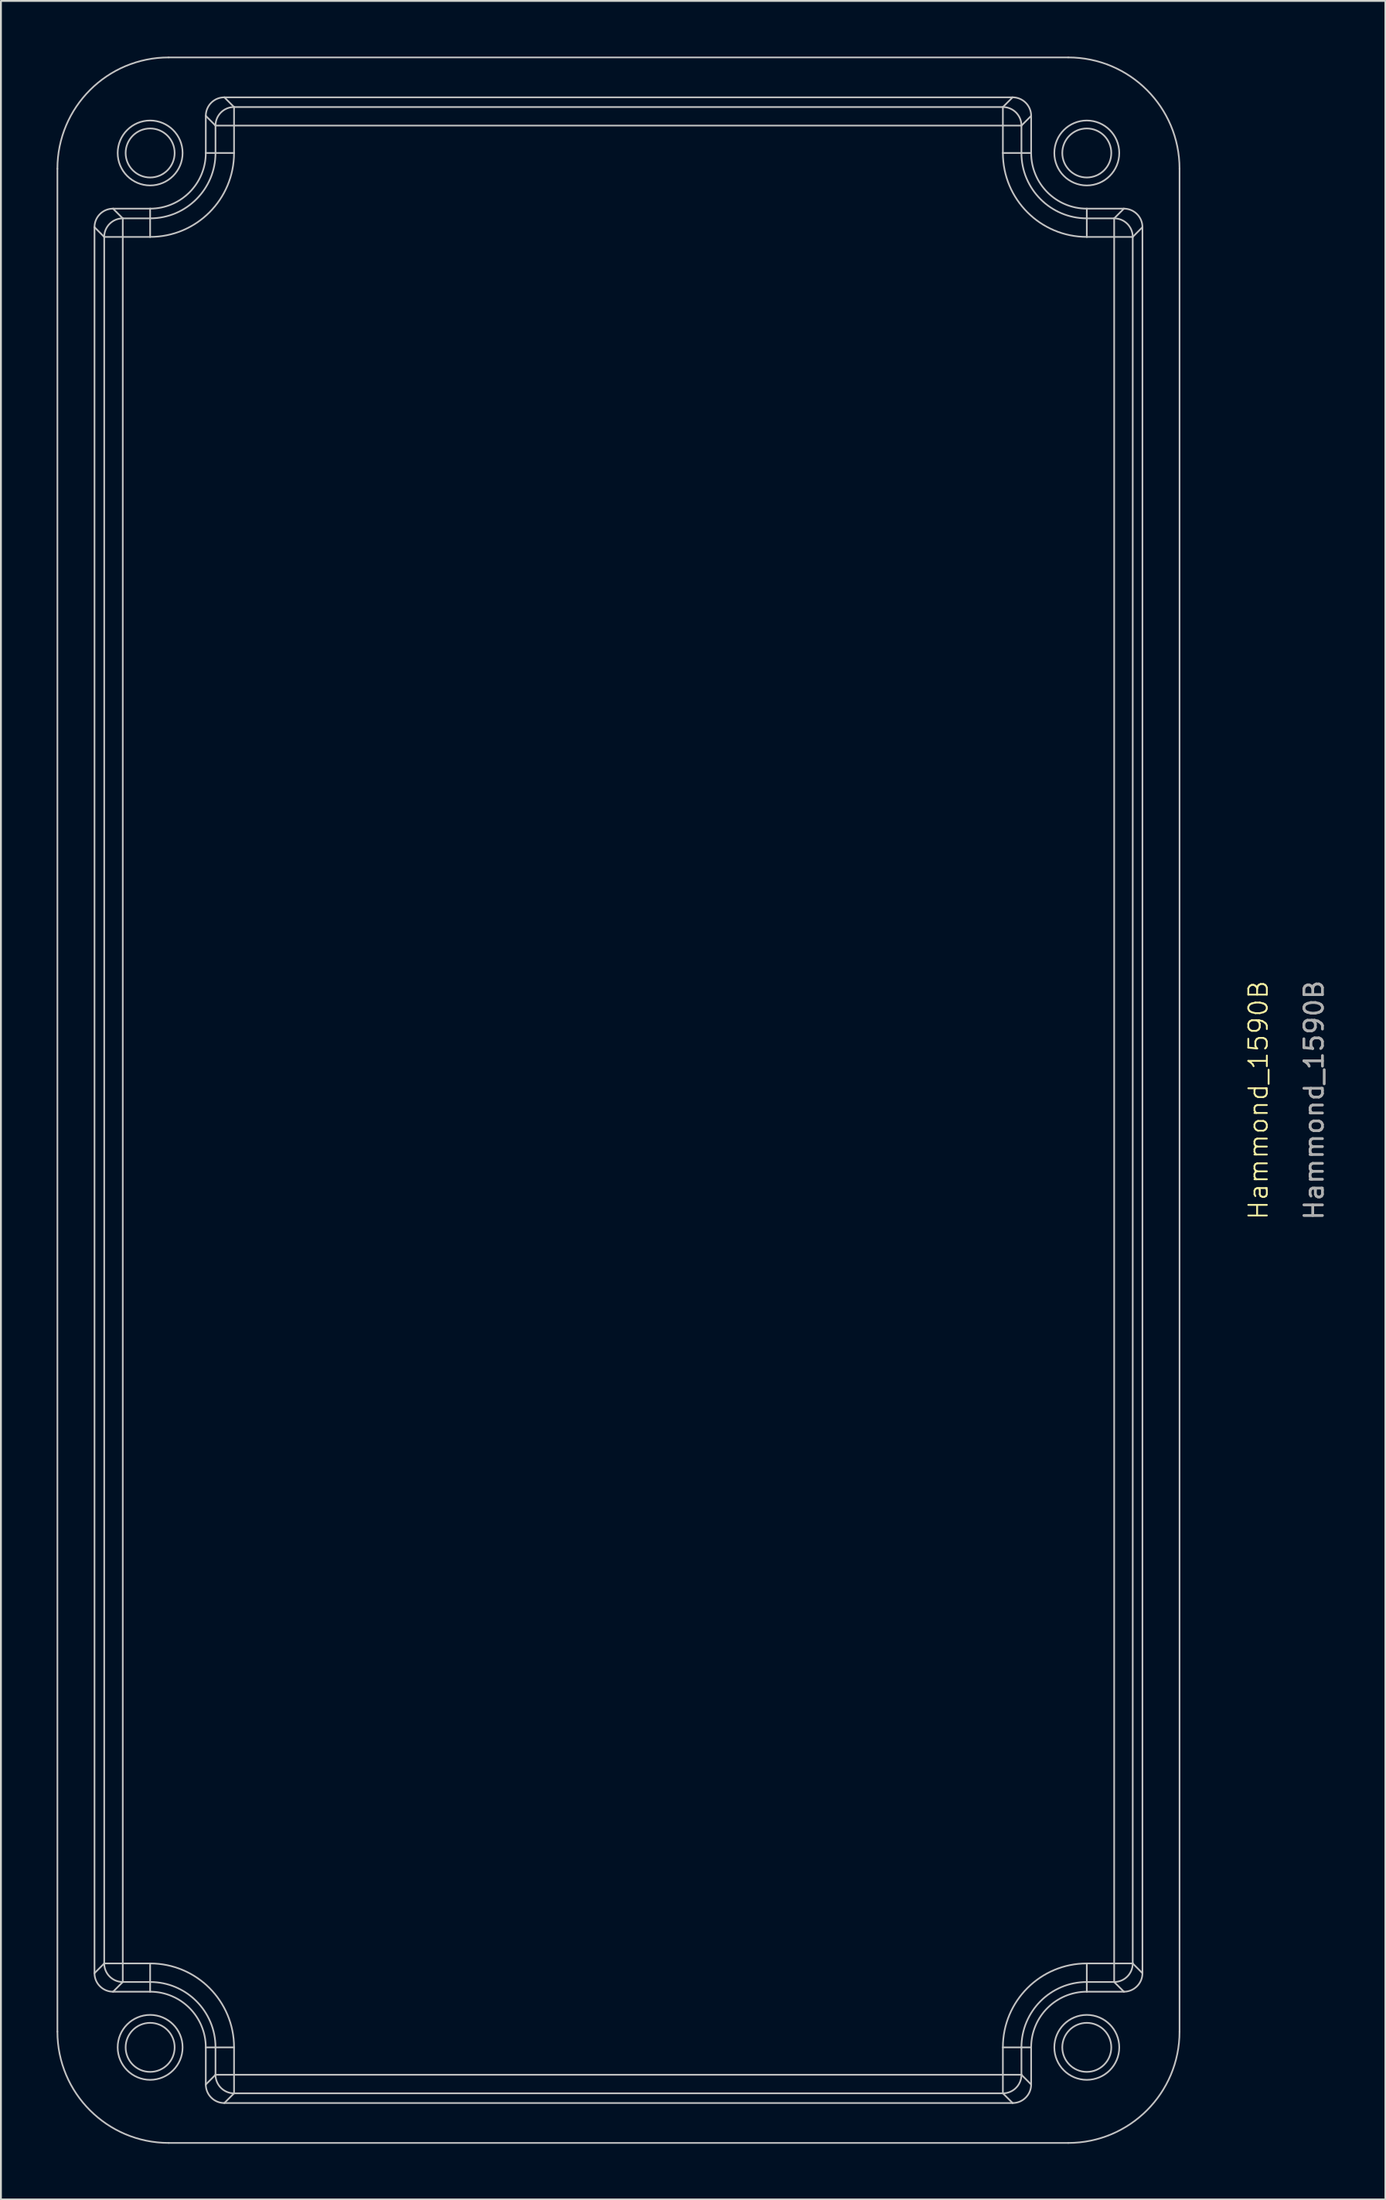
<source format=kicad_pcb>
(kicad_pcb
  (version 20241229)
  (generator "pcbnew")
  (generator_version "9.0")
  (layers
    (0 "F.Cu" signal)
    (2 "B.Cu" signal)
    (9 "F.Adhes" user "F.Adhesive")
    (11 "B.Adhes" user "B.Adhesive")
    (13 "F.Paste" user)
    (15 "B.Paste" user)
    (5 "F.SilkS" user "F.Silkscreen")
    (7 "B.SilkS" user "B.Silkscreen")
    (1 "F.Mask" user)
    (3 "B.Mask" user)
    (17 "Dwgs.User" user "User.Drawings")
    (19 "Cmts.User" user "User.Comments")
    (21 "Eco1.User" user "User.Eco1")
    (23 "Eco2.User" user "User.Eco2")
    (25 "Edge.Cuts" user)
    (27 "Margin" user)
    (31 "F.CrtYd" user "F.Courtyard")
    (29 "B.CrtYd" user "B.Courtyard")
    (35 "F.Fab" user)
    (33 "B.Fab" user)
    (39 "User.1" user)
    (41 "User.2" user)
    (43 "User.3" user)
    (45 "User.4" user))
  (footprint "Hammond_1590B"
    (layer "F.Cu")
    (at 30.295 56.245)
    (property "Reference" "Hammond_1590B" (at 34.5 0 90) (unlocked yes) (layer "F.SilkS") (effects (font (size 1 1) (thickness 0.1))))
    (fp_line (start -30.25 -50.2) (end -30.25 50.2) (stroke (width 0.09) (type solid)) (layer "Dwgs.User"))
    (fp_line (start -28.25 -47.05) (end -27.726 -46.526) (stroke (width 0.09) (type solid)) (layer "Dwgs.User"))
    (fp_line (start -28.25 47.05) (end -28.25 -47.05) (stroke (width 0.09) (type solid)) (layer "Dwgs.User"))
    (fp_line (start -27.726 -46.526) (end -27.726 46.526) (stroke (width 0.09) (type solid)) (layer "Dwgs.User"))
    (fp_line (start -27.726 -46.526) (end -26.726 -46.526) (stroke (width 0.09) (type solid)) (layer "Dwgs.User"))
    (fp_line (start -27.726 46.526) (end -28.25 47.05) (stroke (width 0.09) (type solid)) (layer "Dwgs.User"))
    (fp_line (start -27.25 -48.05) (end -25.25 -48.05) (stroke (width 0.09) (type solid)) (layer "Dwgs.User"))
    (fp_line (start -27.25 48.05) (end -26.726 47.526) (stroke (width 0.09) (type solid)) (layer "Dwgs.User"))
    (fp_line (start -26.726 -47.526) (end -27.25 -48.05) (stroke (width 0.09) (type solid)) (layer "Dwgs.User"))
    (fp_line (start -26.726 -46.526) (end -26.726 -47.526) (stroke (width 0.09) (type solid)) (layer "Dwgs.User"))
    (fp_line (start -26.726 -46.526) (end -25.25 -46.526) (stroke (width 0.09) (type solid)) (layer "Dwgs.User"))
    (fp_line (start -26.726 46.526) (end -27.726 46.526) (stroke (width 0.09) (type solid)) (layer "Dwgs.User"))
    (fp_line (start -26.726 46.526) (end -26.726 -46.526) (stroke (width 0.09) (type solid)) (layer "Dwgs.User"))
    (fp_line (start -26.726 47.526) (end -26.726 46.526) (stroke (width 0.09) (type solid)) (layer "Dwgs.User"))
    (fp_line (start -26.726 47.526) (end -25.25 47.526) (stroke (width 0.09) (type solid)) (layer "Dwgs.User"))
    (fp_line (start -25.25 -48.05) (end -25.25 -47.526) (stroke (width 0.09) (type solid)) (layer "Dwgs.User"))
    (fp_line (start -25.25 -47.526) (end -26.726 -47.526) (stroke (width 0.09) (type solid)) (layer "Dwgs.User"))
    (fp_line (start -25.25 -47.526) (end -25.25 -46.526) (stroke (width 0.09) (type solid)) (layer "Dwgs.User"))
    (fp_line (start -25.25 46.526) (end -26.726 46.526) (stroke (width 0.09) (type solid)) (layer "Dwgs.User"))
    (fp_line (start -25.25 46.526) (end -25.25 47.526) (stroke (width 0.09) (type solid)) (layer "Dwgs.User"))
    (fp_line (start -25.25 48.05) (end -27.25 48.05) (stroke (width 0.09) (type solid)) (layer "Dwgs.User"))
    (fp_line (start -25.25 48.05) (end -25.25 47.526) (stroke (width 0.09) (type solid)) (layer "Dwgs.User"))
    (fp_line (start -24.25 56.2) (end 24.25 56.2) (stroke (width 0.09) (type solid)) (layer "Dwgs.User"))
    (fp_line (start -22.25 -53.05) (end -21.726 -52.526) (stroke (width 0.09) (type solid)) (layer "Dwgs.User"))
    (fp_line (start -22.25 -51.05) (end -22.25 -53.05) (stroke (width 0.09) (type solid)) (layer "Dwgs.User"))
    (fp_line (start -22.25 -51.05) (end -21.726 -51.05) (stroke (width 0.09) (type solid)) (layer "Dwgs.User"))
    (fp_line (start -22.25 51.05) (end -21.726 51.05) (stroke (width 0.09) (type solid)) (layer "Dwgs.User"))
    (fp_line (start -22.25 53.05) (end -22.25 51.05) (stroke (width 0.09) (type solid)) (layer "Dwgs.User"))
    (fp_line (start -21.726 -52.526) (end -21.726 -51.05) (stroke (width 0.09) (type solid)) (layer "Dwgs.User"))
    (fp_line (start -21.726 -52.526) (end -20.726 -52.526) (stroke (width 0.09) (type solid)) (layer "Dwgs.User"))
    (fp_line (start -21.726 -51.05) (end -20.726 -51.05) (stroke (width 0.09) (type solid)) (layer "Dwgs.User"))
    (fp_line (start -21.726 51.05) (end -21.726 52.526) (stroke (width 0.09) (type solid)) (layer "Dwgs.User"))
    (fp_line (start -21.726 52.526) (end -22.25 53.05) (stroke (width 0.09) (type solid)) (layer "Dwgs.User"))
    (fp_line (start -21.25 -54.05) (end 21.25 -54.05) (stroke (width 0.09) (type solid)) (layer "Dwgs.User"))
    (fp_line (start -21.25 54.05) (end -20.726 53.526) (stroke (width 0.09) (type solid)) (layer "Dwgs.User"))
    (fp_line (start -20.726 -53.526) (end -21.25 -54.05) (stroke (width 0.09) (type solid)) (layer "Dwgs.User"))
    (fp_line (start -20.726 -52.526) (end -20.726 -53.526) (stroke (width 0.09) (type solid)) (layer "Dwgs.User"))
    (fp_line (start -20.726 -52.526) (end 20.726 -52.526) (stroke (width 0.09) (type solid)) (layer "Dwgs.User"))
    (fp_line (start -20.726 -51.05) (end -20.726 -52.526) (stroke (width 0.09) (type solid)) (layer "Dwgs.User"))
    (fp_line (start -20.726 51.05) (end -21.726 51.05) (stroke (width 0.09) (type solid)) (layer "Dwgs.User"))
    (fp_line (start -20.726 52.526) (end -21.726 52.526) (stroke (width 0.09) (type solid)) (layer "Dwgs.User"))
    (fp_line (start -20.726 52.526) (end -20.726 51.05) (stroke (width 0.09) (type solid)) (layer "Dwgs.User"))
    (fp_line (start -20.726 53.526) (end -20.726 52.526) (stroke (width 0.09) (type solid)) (layer "Dwgs.User"))
    (fp_line (start -20.726 53.526) (end 20.726 53.526) (stroke (width 0.09) (type solid)) (layer "Dwgs.User"))
    (fp_line (start 20.726 -53.526) (end -20.726 -53.526) (stroke (width 0.09) (type solid)) (layer "Dwgs.User"))
    (fp_line (start 20.726 -53.526) (end 20.726 -52.526) (stroke (width 0.09) (type solid)) (layer "Dwgs.User"))
    (fp_line (start 20.726 -52.526) (end 20.726 -51.05) (stroke (width 0.09) (type solid)) (layer "Dwgs.User"))
    (fp_line (start 20.726 -52.526) (end 21.726 -52.526) (stroke (width 0.09) (type solid)) (layer "Dwgs.User"))
    (fp_line (start 20.726 51.05) (end 20.726 52.526) (stroke (width 0.09) (type solid)) (layer "Dwgs.User"))
    (fp_line (start 20.726 51.05) (end 21.726 51.05) (stroke (width 0.09) (type solid)) (layer "Dwgs.User"))
    (fp_line (start 20.726 52.526) (end -20.726 52.526) (stroke (width 0.09) (type solid)) (layer "Dwgs.User"))
    (fp_line (start 20.726 52.526) (end 20.726 53.526) (stroke (width 0.09) (type solid)) (layer "Dwgs.User"))
    (fp_line (start 20.726 53.526) (end 21.25 54.05) (stroke (width 0.09) (type solid)) (layer "Dwgs.User"))
    (fp_line (start 21.25 -54.05) (end 20.726 -53.526) (stroke (width 0.09) (type solid)) (layer "Dwgs.User"))
    (fp_line (start 21.25 54.05) (end -21.25 54.05) (stroke (width 0.09) (type solid)) (layer "Dwgs.User"))
    (fp_line (start 21.726 -52.526) (end 22.25 -53.05) (stroke (width 0.09) (type solid)) (layer "Dwgs.User"))
    (fp_line (start 21.726 -51.05) (end 20.726 -51.05) (stroke (width 0.09) (type solid)) (layer "Dwgs.User"))
    (fp_line (start 21.726 -51.05) (end 21.726 -52.526) (stroke (width 0.09) (type solid)) (layer "Dwgs.User"))
    (fp_line (start 21.726 52.526) (end 20.726 52.526) (stroke (width 0.09) (type solid)) (layer "Dwgs.User"))
    (fp_line (start 21.726 52.526) (end 21.726 51.05) (stroke (width 0.09) (type solid)) (layer "Dwgs.User"))
    (fp_line (start 22.25 -53.05) (end 22.25 -51.05) (stroke (width 0.09) (type solid)) (layer "Dwgs.User"))
    (fp_line (start 22.25 -51.05) (end 21.726 -51.05) (stroke (width 0.09) (type solid)) (layer "Dwgs.User"))
    (fp_line (start 22.25 51.05) (end 21.726 51.05) (stroke (width 0.09) (type solid)) (layer "Dwgs.User"))
    (fp_line (start 22.25 51.05) (end 22.25 53.05) (stroke (width 0.09) (type solid)) (layer "Dwgs.User"))
    (fp_line (start 22.25 53.05) (end 21.726 52.526) (stroke (width 0.09) (type solid)) (layer "Dwgs.User"))
    (fp_line (start 24.25 -56.2) (end -24.25 -56.2) (stroke (width 0.09) (type solid)) (layer "Dwgs.User"))
    (fp_line (start 25.25 -48.05) (end 25.25 -47.526) (stroke (width 0.09) (type solid)) (layer "Dwgs.User"))
    (fp_line (start 25.25 -48.05) (end 27.25 -48.05) (stroke (width 0.09) (type solid)) (layer "Dwgs.User"))
    (fp_line (start 25.25 -47.526) (end 25.25 -46.526) (stroke (width 0.09) (type solid)) (layer "Dwgs.User"))
    (fp_line (start 25.25 -46.526) (end 26.726 -46.526) (stroke (width 0.09) (type solid)) (layer "Dwgs.User"))
    (fp_line (start 25.25 46.526) (end 25.25 47.526) (stroke (width 0.09) (type solid)) (layer "Dwgs.User"))
    (fp_line (start 25.25 47.526) (end 26.726 47.526) (stroke (width 0.09) (type solid)) (layer "Dwgs.User"))
    (fp_line (start 25.25 48.05) (end 25.25 47.526) (stroke (width 0.09) (type solid)) (layer "Dwgs.User"))
    (fp_line (start 26.726 -47.526) (end 25.25 -47.526) (stroke (width 0.09) (type solid)) (layer "Dwgs.User"))
    (fp_line (start 26.726 -47.526) (end 26.726 -46.526) (stroke (width 0.09) (type solid)) (layer "Dwgs.User"))
    (fp_line (start 26.726 -46.526) (end 26.726 46.526) (stroke (width 0.09) (type solid)) (layer "Dwgs.User"))
    (fp_line (start 26.726 -46.526) (end 27.726 -46.526) (stroke (width 0.09) (type solid)) (layer "Dwgs.User"))
    (fp_line (start 26.726 46.526) (end 25.25 46.526) (stroke (width 0.09) (type solid)) (layer "Dwgs.User"))
    (fp_line (start 26.726 46.526) (end 26.726 47.526) (stroke (width 0.09) (type solid)) (layer "Dwgs.User"))
    (fp_line (start 26.726 47.526) (end 27.25 48.05) (stroke (width 0.09) (type solid)) (layer "Dwgs.User"))
    (fp_line (start 27.25 -48.05) (end 26.726 -47.526) (stroke (width 0.09) (type solid)) (layer "Dwgs.User"))
    (fp_line (start 27.25 48.05) (end 25.25 48.05) (stroke (width 0.09) (type solid)) (layer "Dwgs.User"))
    (fp_line (start 27.726 -46.526) (end 28.25 -47.05) (stroke (width 0.09) (type solid)) (layer "Dwgs.User"))
    (fp_line (start 27.726 46.526) (end 26.726 46.526) (stroke (width 0.09) (type solid)) (layer "Dwgs.User"))
    (fp_line (start 27.726 46.526) (end 27.726 -46.526) (stroke (width 0.09) (type solid)) (layer "Dwgs.User"))
    (fp_line (start 28.25 -47.05) (end 28.25 47.05) (stroke (width 0.09) (type solid)) (layer "Dwgs.User"))
    (fp_line (start 28.25 47.05) (end 27.726 46.526) (stroke (width 0.09) (type solid)) (layer "Dwgs.User"))
    (fp_line (start 30.25 50.2) (end 30.25 -50.2) (stroke (width 0.09) (type solid)) (layer "Dwgs.User"))
    (fp_arc (start -30.25 -50.2) (mid -28.492666 -54.442666) (end -24.25 -56.2) (stroke (width 0.09) (type solid)) (layer "Dwgs.User"))
    (fp_arc (start -25.25 46.52608) (mid -22.0511 47.8511) (end -20.72608 51.05) (stroke (width 0.09) (type solid)) (layer "Dwgs.User"))
    (fp_arc (start -25.25 47.525842) (mid -22.758044 48.558044) (end -21.725842 51.05) (stroke (width 0.09) (type solid)) (layer "Dwgs.User"))
    (fp_arc (start -25.25 48.05) (mid -23.12868 48.92868) (end -22.25 51.05) (stroke (width 0.09) (type solid)) (layer "Dwgs.User"))
    (fp_arc (start -24.25 56.2) (mid -28.492635 54.442635) (end -30.25 50.2) (stroke (width 0.09) (type solid)) (layer "Dwgs.User"))
    (fp_arc (start -22.25 -51.05) (mid -23.128705 -48.928705) (end -25.25 -48.05) (stroke (width 0.09) (type solid)) (layer "Dwgs.User"))
    (fp_arc (start -21.725842 -51.05) (mid -22.758069 -48.558069) (end -25.25 -47.525842) (stroke (width 0.09) (type solid)) (layer "Dwgs.User"))
    (fp_arc (start -20.72608 -51.05) (mid -22.05113 -47.85113) (end -25.25 -46.52608) (stroke (width 0.09) (type solid)) (layer "Dwgs.User"))
    (fp_arc (start 20.72608 51.05) (mid 22.051076 47.851076) (end 25.25 46.52608) (stroke (width 0.09) (type solid)) (layer "Dwgs.User"))
    (fp_arc (start 21.725842 51.05) (mid 22.758015 48.558015) (end 25.25 47.525842) (stroke (width 0.09) (type solid)) (layer "Dwgs.User"))
    (fp_arc (start 22.25 51.05) (mid 23.12865 48.92865) (end 25.25 48.05) (stroke (width 0.09) (type solid)) (layer "Dwgs.User"))
    (fp_arc (start 24.25 -56.2) (mid 28.492645 -54.442645) (end 30.25 -50.2) (stroke (width 0.09) (type solid)) (layer "Dwgs.User"))
    (fp_arc (start 25.25 -48.05) (mid 23.128684 -48.928684) (end 22.25 -51.05) (stroke (width 0.09) (type solid)) (layer "Dwgs.User"))
    (fp_arc (start 25.25 -47.525842) (mid 22.758048 -48.558048) (end 21.725842 -51.05) (stroke (width 0.09) (type solid)) (layer "Dwgs.User"))
    (fp_arc (start 25.25 -46.52608) (mid 22.05111 -47.85111) (end 20.72608 -51.05) (stroke (width 0.09) (type solid)) (layer "Dwgs.User"))
    (fp_arc (start 30.25 50.2) (mid 28.492611 54.442611) (end 24.25 56.2) (stroke (width 0.09) (type solid)) (layer "Dwgs.User"))
    (fp_circle (center -25.25 -51.05) (end -25.25 -49.729) (stroke (width 0.09) (type solid)) (fill no) (layer "Dwgs.User"))
    (fp_circle (center -25.25 -51.05) (end -25.25 -49.3) (stroke (width 0.09) (type solid)) (fill no) (layer "Dwgs.User"))
    (fp_circle (center -25.25 51.05) (end -25.25 52.371) (stroke (width 0.09) (type solid)) (fill no) (layer "Dwgs.User"))
    (fp_circle (center -25.25 51.05) (end -25.25 52.8) (stroke (width 0.09) (type solid)) (fill no) (layer "Dwgs.User"))
    (fp_circle (center 25.25 -51.05) (end 25.25 -49.729) (stroke (width 0.09) (type solid)) (fill no) (layer "Dwgs.User"))
    (fp_circle (center 25.25 -51.05) (end 25.25 -49.3) (stroke (width 0.09) (type solid)) (fill no) (layer "Dwgs.User"))
    (fp_circle (center 25.25 51.05) (end 25.25 52.371) (stroke (width 0.09) (type solid)) (fill no) (layer "Dwgs.User"))
    (fp_circle (center 25.25 51.05) (end 25.25 52.8) (stroke (width 0.09) (type solid)) (fill no) (layer "Dwgs.User"))
    (fp_curve (pts (xy -28.25 47.05) (xy -28.25 47.602) (xy -27.802 48.05) (xy -27.25 48.05)) (stroke (width 0.09) (type solid)) (layer "Dwgs.User"))
    (fp_curve (pts (xy -27.726 46.526) (xy -27.726 47.078) (xy -27.278 47.526) (xy -26.726 47.526)) (stroke (width 0.09) (type solid)) (layer "Dwgs.User"))
    (fp_curve (pts (xy -27.25 -48.05) (xy -27.802 -48.05) (xy -28.25 -47.602) (xy -28.25 -47.05)) (stroke (width 0.09) (type solid)) (layer "Dwgs.User"))
    (fp_curve (pts (xy -26.726 -47.526) (xy -27.278 -47.526) (xy -27.726 -47.078) (xy -27.726 -46.526)) (stroke (width 0.09) (type solid)) (layer "Dwgs.User"))
    (fp_curve (pts (xy -22.25 53.05) (xy -22.25 53.602) (xy -21.802 54.05) (xy -21.25 54.05)) (stroke (width 0.09) (type solid)) (layer "Dwgs.User"))
    (fp_curve (pts (xy -21.726 52.526) (xy -21.726 53.078) (xy -21.278 53.526) (xy -20.726 53.526)) (stroke (width 0.09) (type solid)) (layer "Dwgs.User"))
    (fp_curve (pts (xy -21.25 -54.05) (xy -21.802 -54.05) (xy -22.25 -53.602) (xy -22.25 -53.05)) (stroke (width 0.09) (type solid)) (layer "Dwgs.User"))
    (fp_curve (pts (xy -20.726 -53.526) (xy -21.278 -53.526) (xy -21.726 -53.078) (xy -21.726 -52.526)) (stroke (width 0.09) (type solid)) (layer "Dwgs.User"))
    (fp_curve (pts (xy 20.726 53.526) (xy 21.278 53.526) (xy 21.726 53.078) (xy 21.726 52.526)) (stroke (width 0.09) (type solid)) (layer "Dwgs.User"))
    (fp_curve (pts (xy 21.25 54.05) (xy 21.802 54.05) (xy 22.25 53.602) (xy 22.25 53.05)) (stroke (width 0.09) (type solid)) (layer "Dwgs.User"))
    (fp_curve (pts (xy 21.726 -52.526) (xy 21.726 -53.078) (xy 21.278 -53.526) (xy 20.726 -53.526)) (stroke (width 0.09) (type solid)) (layer "Dwgs.User"))
    (fp_curve (pts (xy 22.25 -53.05) (xy 22.25 -53.602) (xy 21.802 -54.05) (xy 21.25 -54.05)) (stroke (width 0.09) (type solid)) (layer "Dwgs.User"))
    (fp_curve (pts (xy 26.726 47.526) (xy 27.278 47.526) (xy 27.726 47.078) (xy 27.726 46.526)) (stroke (width 0.09) (type solid)) (layer "Dwgs.User"))
    (fp_curve (pts (xy 27.25 48.05) (xy 27.802 48.05) (xy 28.25 47.602) (xy 28.25 47.05)) (stroke (width 0.09) (type solid)) (layer "Dwgs.User"))
    (fp_curve (pts (xy 27.726 -46.526) (xy 27.726 -47.078) (xy 27.278 -47.526) (xy 26.726 -47.526)) (stroke (width 0.09) (type solid)) (layer "Dwgs.User"))
    (fp_curve (pts (xy 28.25 -47.05) (xy 28.25 -47.602) (xy 27.802 -48.05) (xy 27.25 -48.05)) (stroke (width 0.09) (type solid)) (layer "Dwgs.User"))
    (fp_text user "${REFERENCE}" (at 37.5 0 90) (unlocked yes) (layer "F.Fab") (effects (font (size 1 1) (thickness 0.15)))))
  (gr_rect
    (start -3 -3)
    (end 71.643 115.49)
    (stroke (width 0.1) (type default))
    (fill no)
    (layer "Edge.Cuts")))
</source>
